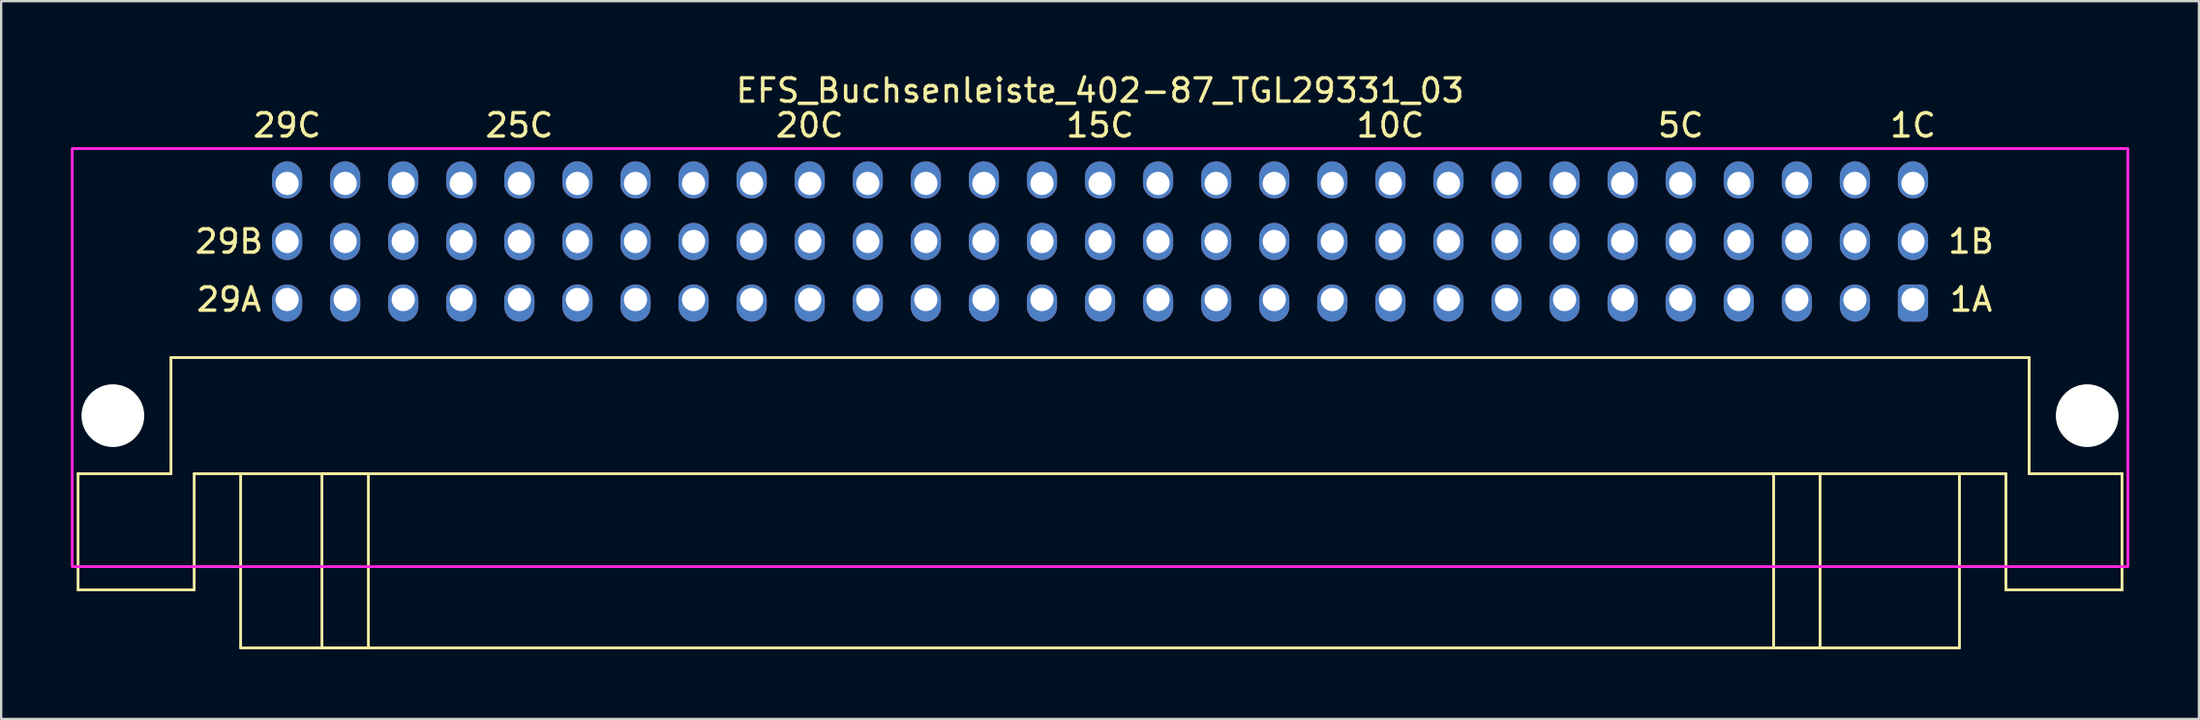
<source format=kicad_pcb>
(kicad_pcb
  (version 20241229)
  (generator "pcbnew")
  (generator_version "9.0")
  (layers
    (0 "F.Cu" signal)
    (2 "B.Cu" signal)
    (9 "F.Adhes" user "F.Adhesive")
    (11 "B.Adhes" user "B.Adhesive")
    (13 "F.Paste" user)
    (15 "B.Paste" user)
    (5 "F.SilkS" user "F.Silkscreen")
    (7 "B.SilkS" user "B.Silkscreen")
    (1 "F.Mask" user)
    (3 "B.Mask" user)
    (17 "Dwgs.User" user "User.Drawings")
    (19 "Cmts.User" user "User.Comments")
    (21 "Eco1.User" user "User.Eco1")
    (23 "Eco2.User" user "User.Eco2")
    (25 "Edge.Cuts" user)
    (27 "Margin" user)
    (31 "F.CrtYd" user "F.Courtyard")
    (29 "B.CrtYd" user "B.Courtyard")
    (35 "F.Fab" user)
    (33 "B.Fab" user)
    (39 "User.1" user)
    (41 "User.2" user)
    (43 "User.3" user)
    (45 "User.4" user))
  (footprint "EFS_Buchsenleiste_402-87_TGL29331_03"
    (layer "F.Cu")
    (at 44.31 21.348)
    (property "Reference" "EFS_Buchsenleiste_402-87_TGL29331_03" (at 0 -20.5 0) (layer "F.SilkS") (effects (font (size 1 1) (thickness 0.15))))
    (attr through_hole)
    (fp_line (start -44 -4) (end -44 1) (stroke (width 0.12) (type solid)) (layer "F.SilkS"))
    (fp_line (start -44 -4) (end -40 -4) (stroke (width 0.12) (type solid)) (layer "F.SilkS"))
    (fp_line (start -44 1) (end -39 1) (stroke (width 0.12) (type solid)) (layer "F.SilkS"))
    (fp_line (start -40 -9) (end -40 -4) (stroke (width 0.12) (type solid)) (layer "F.SilkS"))
    (fp_line (start -39 -4) (end -39 1) (stroke (width 0.12) (type solid)) (layer "F.SilkS"))
    (fp_line (start -39 -4) (end 39 -4) (stroke (width 0.12) (type solid)) (layer "F.SilkS"))
    (fp_line (start -37 0) (end -39 0) (stroke (width 0.12) (type solid)) (layer "F.SilkS"))
    (fp_line (start -37 3.5) (end -37 -4) (stroke (width 0.12) (type solid)) (layer "F.SilkS"))
    (fp_line (start -37 3.5) (end 37 3.5) (stroke (width 0.12) (type solid)) (layer "F.SilkS"))
    (fp_line (start 37 3.5) (end 37 -4) (stroke (width 0.12) (type solid)) (layer "F.SilkS"))
    (fp_line (start 39 -4) (end 39 1) (stroke (width 0.12) (type solid)) (layer "F.SilkS"))
    (fp_line (start 39 0) (end 37 0) (stroke (width 0.12) (type solid)) (layer "F.SilkS"))
    (fp_line (start 39 1) (end 44 1) (stroke (width 0.12) (type solid)) (layer "F.SilkS"))
    (fp_line (start 40 -9) (end -40 -9) (stroke (width 0.12) (type solid)) (layer "F.SilkS"))
    (fp_line (start 40 -9) (end 40 -4) (stroke (width 0.12) (type solid)) (layer "F.SilkS"))
    (fp_line (start 40 -4) (end 44 -4) (stroke (width 0.12) (type solid)) (layer "F.SilkS"))
    (fp_line (start 44 -4) (end 44 1) (stroke (width 0.12) (type solid)) (layer "F.SilkS"))
    (fp_rect (start -33.5 -4) (end -31.5 3.5) (stroke (width 0.12) (type solid)) (fill no) (layer "F.SilkS"))
    (fp_rect (start 29 -4) (end 31 3.5) (stroke (width 0.12) (type solid)) (fill no) (layer "F.SilkS"))
    (fp_rect (start -44.25 -18) (end 44.25 0) (stroke (width 0.12) (type solid)) (fill no) (layer "F.CrtYd"))
    (fp_text user "25C" (at -25 -19 180) (layer "F.SilkS") (effects (font (size 1 1) (thickness 0.15))))
    (fp_text user "5C" (at 25 -19 180) (layer "F.SilkS") (effects (font (size 1 1) (thickness 0.15))))
    (fp_text user "29B" (at -37.5 -14 180) (layer "F.SilkS") (effects (font (size 1 1) (thickness 0.15))))
    (fp_text user "1A" (at 37.5 -11.5 180) (layer "F.SilkS") (effects (font (size 1 1) (thickness 0.15))))
    (fp_text user "15C" (at 0 -19 180) (layer "F.SilkS") (effects (font (size 1 1) (thickness 0.15))))
    (fp_text user "1C" (at 35 -19 180) (layer "F.SilkS") (effects (font (size 1 1) (thickness 0.15))))
    (fp_text user "29A" (at -37.5 -11.5 180) (layer "F.SilkS") (effects (font (size 1 1) (thickness 0.15))))
    (fp_text user "20C" (at -12.5 -19 180) (layer "F.SilkS") (effects (font (size 1 1) (thickness 0.15))))
    (fp_text user "10C" (at 12.5 -19 180) (layer "F.SilkS") (effects (font (size 1 1) (thickness 0.15))))
    (fp_text user "1B" (at 37.5 -14 180) (layer "F.SilkS") (effects (font (size 1 1) (thickness 0.15))))
    (fp_text user "29C" (at -35 -19 180) (layer "F.SilkS") (effects (font (size 1 1) (thickness 0.15))))
    (pad "" np_thru_hole circle (at -42.5 -6.5 180) (size 2.7 2.7) (drill 2.7) (layers "*.Cu" "*.Mask"))
    (pad "" np_thru_hole circle (at 42.5 -6.5 180) (size 2.7 2.7) (drill 2.7) (layers "*.Cu" "*.Mask"))
    (pad "1a" thru_hole roundrect (at 35 -11.5 180) (size 1.3 1.6) (drill 1 (offset 0 -0.15)) (layers "*.Cu" "*.Mask") (roundrect_rratio 0.25))
    (pad "1b" thru_hole oval (at 35 -14 180) (size 1.3 1.6) (drill 1) (layers "*.Cu" "*.Mask"))
    (pad "1c" thru_hole oval (at 35 -16.5 180) (size 1.3 1.6) (drill 1 (offset 0 0.15)) (layers "*.Cu" "*.Mask"))
    (pad "2a" thru_hole oval (at 32.5 -11.5 180) (size 1.3 1.6) (drill 1 (offset 0 -0.15)) (layers "*.Cu" "*.Mask"))
    (pad "2b" thru_hole oval (at 32.5 -14 180) (size 1.3 1.6) (drill 1) (layers "*.Cu" "*.Mask"))
    (pad "2c" thru_hole oval (at 32.5 -16.5 180) (size 1.3 1.6) (drill 1 (offset 0 0.15)) (layers "*.Cu" "*.Mask"))
    (pad "3a" thru_hole oval (at 30 -11.5 180) (size 1.3 1.6) (drill 1 (offset 0 -0.15)) (layers "*.Cu" "*.Mask"))
    (pad "3b" thru_hole oval (at 30 -14 180) (size 1.3 1.6) (drill 1) (layers "*.Cu" "*.Mask"))
    (pad "3c" thru_hole oval (at 30 -16.5 180) (size 1.3 1.6) (drill 1 (offset 0 0.15)) (layers "*.Cu" "*.Mask"))
    (pad "4a" thru_hole oval (at 27.5 -11.5 180) (size 1.3 1.6) (drill 1 (offset 0 -0.15)) (layers "*.Cu" "*.Mask"))
    (pad "4b" thru_hole oval (at 27.5 -14 180) (size 1.3 1.6) (drill 1) (layers "*.Cu" "*.Mask"))
    (pad "4c" thru_hole oval (at 27.5 -16.5 180) (size 1.3 1.6) (drill 1 (offset 0 0.15)) (layers "*.Cu" "*.Mask"))
    (pad "5a" thru_hole oval (at 25 -11.5 180) (size 1.3 1.6) (drill 1 (offset 0 -0.15)) (layers "*.Cu" "*.Mask"))
    (pad "5b" thru_hole oval (at 25 -14 180) (size 1.3 1.6) (drill 1) (layers "*.Cu" "*.Mask"))
    (pad "5c" thru_hole oval (at 25 -16.5 180) (size 1.3 1.6) (drill 1 (offset 0 0.15)) (layers "*.Cu" "*.Mask"))
    (pad "6a" thru_hole oval (at 22.5 -11.5 180) (size 1.3 1.6) (drill 1 (offset 0 -0.15)) (layers "*.Cu" "*.Mask"))
    (pad "6b" thru_hole oval (at 22.5 -14 180) (size 1.3 1.6) (drill 1) (layers "*.Cu" "*.Mask"))
    (pad "6c" thru_hole oval (at 22.5 -16.5 180) (size 1.3 1.6) (drill 1 (offset 0 0.15)) (layers "*.Cu" "*.Mask"))
    (pad "7a" thru_hole oval (at 20 -11.5 180) (size 1.3 1.6) (drill 1 (offset 0 -0.15)) (layers "*.Cu" "*.Mask"))
    (pad "7b" thru_hole oval (at 20 -14 180) (size 1.3 1.6) (drill 1) (layers "*.Cu" "*.Mask"))
    (pad "7c" thru_hole oval (at 20 -16.5 180) (size 1.3 1.6) (drill 1 (offset 0 0.15)) (layers "*.Cu" "*.Mask"))
    (pad "8a" thru_hole oval (at 17.5 -11.5 180) (size 1.3 1.6) (drill 1 (offset 0 -0.15)) (layers "*.Cu" "*.Mask"))
    (pad "8b" thru_hole oval (at 17.5 -14 180) (size 1.3 1.6) (drill 1) (layers "*.Cu" "*.Mask"))
    (pad "8c" thru_hole oval (at 17.5 -16.5 180) (size 1.3 1.6) (drill 1 (offset 0 0.15)) (layers "*.Cu" "*.Mask"))
    (pad "9a" thru_hole oval (at 15 -11.5 180) (size 1.3 1.6) (drill 1 (offset 0 -0.15)) (layers "*.Cu" "*.Mask"))
    (pad "9b" thru_hole oval (at 15 -14 180) (size 1.3 1.6) (drill 1) (layers "*.Cu" "*.Mask"))
    (pad "9c" thru_hole oval (at 15 -16.5 180) (size 1.3 1.6) (drill 1 (offset 0 0.15)) (layers "*.Cu" "*.Mask"))
    (pad "10a" thru_hole oval (at 12.5 -11.5 180) (size 1.3 1.6) (drill 1 (offset 0 -0.15)) (layers "*.Cu" "*.Mask"))
    (pad "10b" thru_hole oval (at 12.5 -14 180) (size 1.3 1.6) (drill 1) (layers "*.Cu" "*.Mask"))
    (pad "10c" thru_hole oval (at 12.5 -16.5 180) (size 1.3 1.6) (drill 1 (offset 0 0.15)) (layers "*.Cu" "*.Mask"))
    (pad "11a" thru_hole oval (at 10 -11.5 180) (size 1.3 1.6) (drill 1 (offset 0 -0.15)) (layers "*.Cu" "*.Mask"))
    (pad "11b" thru_hole oval (at 10 -14 180) (size 1.3 1.6) (drill 1) (layers "*.Cu" "*.Mask"))
    (pad "11c" thru_hole oval (at 10 -16.5 180) (size 1.3 1.6) (drill 1 (offset 0 0.15)) (layers "*.Cu" "*.Mask"))
    (pad "12a" thru_hole oval (at 7.5 -11.5 180) (size 1.3 1.6) (drill 1 (offset 0 -0.15)) (layers "*.Cu" "*.Mask"))
    (pad "12b" thru_hole oval (at 7.5 -14 180) (size 1.3 1.6) (drill 1) (layers "*.Cu" "*.Mask"))
    (pad "12c" thru_hole oval (at 7.5 -16.5 180) (size 1.3 1.6) (drill 1 (offset 0 0.15)) (layers "*.Cu" "*.Mask"))
    (pad "13a" thru_hole oval (at 5 -11.5 180) (size 1.3 1.6) (drill 1 (offset 0 -0.15)) (layers "*.Cu" "*.Mask"))
    (pad "13b" thru_hole oval (at 5 -14 180) (size 1.3 1.6) (drill 1) (layers "*.Cu" "*.Mask"))
    (pad "13c" thru_hole oval (at 5 -16.5 180) (size 1.3 1.6) (drill 1 (offset 0 0.15)) (layers "*.Cu" "*.Mask"))
    (pad "14a" thru_hole oval (at 2.5 -11.5 180) (size 1.3 1.6) (drill 1 (offset 0 -0.15)) (layers "*.Cu" "*.Mask"))
    (pad "14b" thru_hole oval (at 2.5 -14 180) (size 1.3 1.6) (drill 1) (layers "*.Cu" "*.Mask"))
    (pad "14c" thru_hole oval (at 2.5 -16.5 180) (size 1.3 1.6) (drill 1 (offset 0 0.15)) (layers "*.Cu" "*.Mask"))
    (pad "15a" thru_hole oval (at 0 -11.5 180) (size 1.3 1.6) (drill 1 (offset 0 -0.15)) (layers "*.Cu" "*.Mask"))
    (pad "15b" thru_hole oval (at 0 -14 180) (size 1.3 1.6) (drill 1) (layers "*.Cu" "*.Mask"))
    (pad "15c" thru_hole oval (at 0 -16.5 180) (size 1.3 1.6) (drill 1 (offset 0 0.15)) (layers "*.Cu" "*.Mask"))
    (pad "16a" thru_hole oval (at -2.5 -11.5 180) (size 1.3 1.6) (drill 1 (offset 0 -0.15)) (layers "*.Cu" "*.Mask"))
    (pad "16b" thru_hole oval (at -2.5 -14 180) (size 1.3 1.6) (drill 1) (layers "*.Cu" "*.Mask"))
    (pad "16c" thru_hole oval (at -2.5 -16.5 180) (size 1.3 1.6) (drill 1 (offset 0 0.15)) (layers "*.Cu" "*.Mask"))
    (pad "17a" thru_hole oval (at -5 -11.5 180) (size 1.3 1.6) (drill 1 (offset 0 -0.15)) (layers "*.Cu" "*.Mask"))
    (pad "17b" thru_hole oval (at -5 -14 180) (size 1.3 1.6) (drill 1) (layers "*.Cu" "*.Mask"))
    (pad "17c" thru_hole oval (at -5 -16.5 180) (size 1.3 1.6) (drill 1 (offset 0 0.15)) (layers "*.Cu" "*.Mask"))
    (pad "18a" thru_hole oval (at -7.5 -11.5 180) (size 1.3 1.6) (drill 1 (offset 0 -0.15)) (layers "*.Cu" "*.Mask"))
    (pad "18b" thru_hole oval (at -7.5 -14 180) (size 1.3 1.6) (drill 1) (layers "*.Cu" "*.Mask"))
    (pad "18c" thru_hole oval (at -7.5 -16.5 180) (size 1.3 1.6) (drill 1 (offset 0 0.15)) (layers "*.Cu" "*.Mask"))
    (pad "19a" thru_hole oval (at -10 -11.5 180) (size 1.3 1.6) (drill 1 (offset 0 -0.15)) (layers "*.Cu" "*.Mask"))
    (pad "19b" thru_hole oval (at -10 -14 180) (size 1.3 1.6) (drill 1) (layers "*.Cu" "*.Mask"))
    (pad "19c" thru_hole oval (at -10 -16.5 180) (size 1.3 1.6) (drill 1 (offset 0 0.15)) (layers "*.Cu" "*.Mask"))
    (pad "20a" thru_hole oval (at -12.5 -11.5 180) (size 1.3 1.6) (drill 1 (offset 0 -0.15)) (layers "*.Cu" "*.Mask"))
    (pad "20b" thru_hole oval (at -12.5 -14 180) (size 1.3 1.6) (drill 1) (layers "*.Cu" "*.Mask"))
    (pad "20c" thru_hole oval (at -12.5 -16.5 180) (size 1.3 1.6) (drill 1 (offset 0 0.15)) (layers "*.Cu" "*.Mask"))
    (pad "21a" thru_hole oval (at -15 -11.5 180) (size 1.3 1.6) (drill 1 (offset 0 -0.15)) (layers "*.Cu" "*.Mask"))
    (pad "21b" thru_hole oval (at -15 -14 180) (size 1.3 1.6) (drill 1) (layers "*.Cu" "*.Mask"))
    (pad "21c" thru_hole oval (at -15 -16.5 180) (size 1.3 1.6) (drill 1 (offset 0 0.15)) (layers "*.Cu" "*.Mask"))
    (pad "22a" thru_hole oval (at -17.5 -11.5 180) (size 1.3 1.6) (drill 1 (offset 0 -0.15)) (layers "*.Cu" "*.Mask"))
    (pad "22b" thru_hole oval (at -17.5 -14 180) (size 1.3 1.6) (drill 1) (layers "*.Cu" "*.Mask"))
    (pad "22c" thru_hole oval (at -17.5 -16.5 180) (size 1.3 1.6) (drill 1 (offset 0 0.15)) (layers "*.Cu" "*.Mask"))
    (pad "23a" thru_hole oval (at -20 -11.5 180) (size 1.3 1.6) (drill 1 (offset 0 -0.15)) (layers "*.Cu" "*.Mask"))
    (pad "23b" thru_hole oval (at -20 -14 180) (size 1.3 1.6) (drill 1) (layers "*.Cu" "*.Mask"))
    (pad "23c" thru_hole oval (at -20 -16.5 180) (size 1.3 1.6) (drill 1 (offset 0 0.15)) (layers "*.Cu" "*.Mask"))
    (pad "24a" thru_hole oval (at -22.5 -11.5 180) (size 1.3 1.6) (drill 1 (offset 0 -0.15)) (layers "*.Cu" "*.Mask"))
    (pad "24b" thru_hole oval (at -22.5 -14 180) (size 1.3 1.6) (drill 1) (layers "*.Cu" "*.Mask"))
    (pad "24c" thru_hole oval (at -22.5 -16.5 180) (size 1.3 1.6) (drill 1 (offset 0 0.15)) (layers "*.Cu" "*.Mask"))
    (pad "25a" thru_hole oval (at -25 -11.5 180) (size 1.3 1.6) (drill 1 (offset 0 -0.15)) (layers "*.Cu" "*.Mask"))
    (pad "25b" thru_hole oval (at -25 -14 180) (size 1.3 1.6) (drill 1) (layers "*.Cu" "*.Mask"))
    (pad "25c" thru_hole oval (at -25 -16.5 180) (size 1.3 1.6) (drill 1 (offset 0 0.15)) (layers "*.Cu" "*.Mask"))
    (pad "26a" thru_hole oval (at -27.5 -11.5 180) (size 1.3 1.6) (drill 1 (offset 0 -0.15)) (layers "*.Cu" "*.Mask"))
    (pad "26b" thru_hole oval (at -27.5 -14 180) (size 1.3 1.6) (drill 1) (layers "*.Cu" "*.Mask"))
    (pad "26c" thru_hole oval (at -27.5 -16.5 180) (size 1.3 1.6) (drill 1 (offset 0 0.15)) (layers "*.Cu" "*.Mask"))
    (pad "27a" thru_hole oval (at -30 -11.5 180) (size 1.3 1.6) (drill 1 (offset 0 -0.15)) (layers "*.Cu" "*.Mask"))
    (pad "27b" thru_hole oval (at -30 -14 180) (size 1.3 1.6) (drill 1) (layers "*.Cu" "*.Mask"))
    (pad "27c" thru_hole oval (at -30 -16.5 180) (size 1.3 1.6) (drill 1 (offset 0 0.15)) (layers "*.Cu" "*.Mask"))
    (pad "28a" thru_hole oval (at -32.5 -11.5 180) (size 1.3 1.6) (drill 1 (offset 0 -0.15)) (layers "*.Cu" "*.Mask"))
    (pad "28b" thru_hole oval (at -32.5 -14 180) (size 1.3 1.6) (drill 1) (layers "*.Cu" "*.Mask"))
    (pad "28c" thru_hole oval (at -32.5 -16.5 180) (size 1.3 1.6) (drill 1 (offset 0 0.15)) (layers "*.Cu" "*.Mask"))
    (pad "29a" thru_hole oval (at -35 -11.5 180) (size 1.3 1.6) (drill 1 (offset 0 -0.15)) (layers "*.Cu" "*.Mask"))
    (pad "29b" thru_hole oval (at -35 -14 180) (size 1.3 1.6) (drill 1) (layers "*.Cu" "*.Mask"))
    (pad "29c" thru_hole oval (at -35 -16.5 180) (size 1.3 1.6) (drill 1 (offset 0 0.15)) (layers "*.Cu" "*.Mask")))
  (gr_rect
    (start -3 -3)
    (end 91.62 27.908)
    (stroke (width 0.1) (type default))
    (fill no)
    (layer "Edge.Cuts")))
</source>
